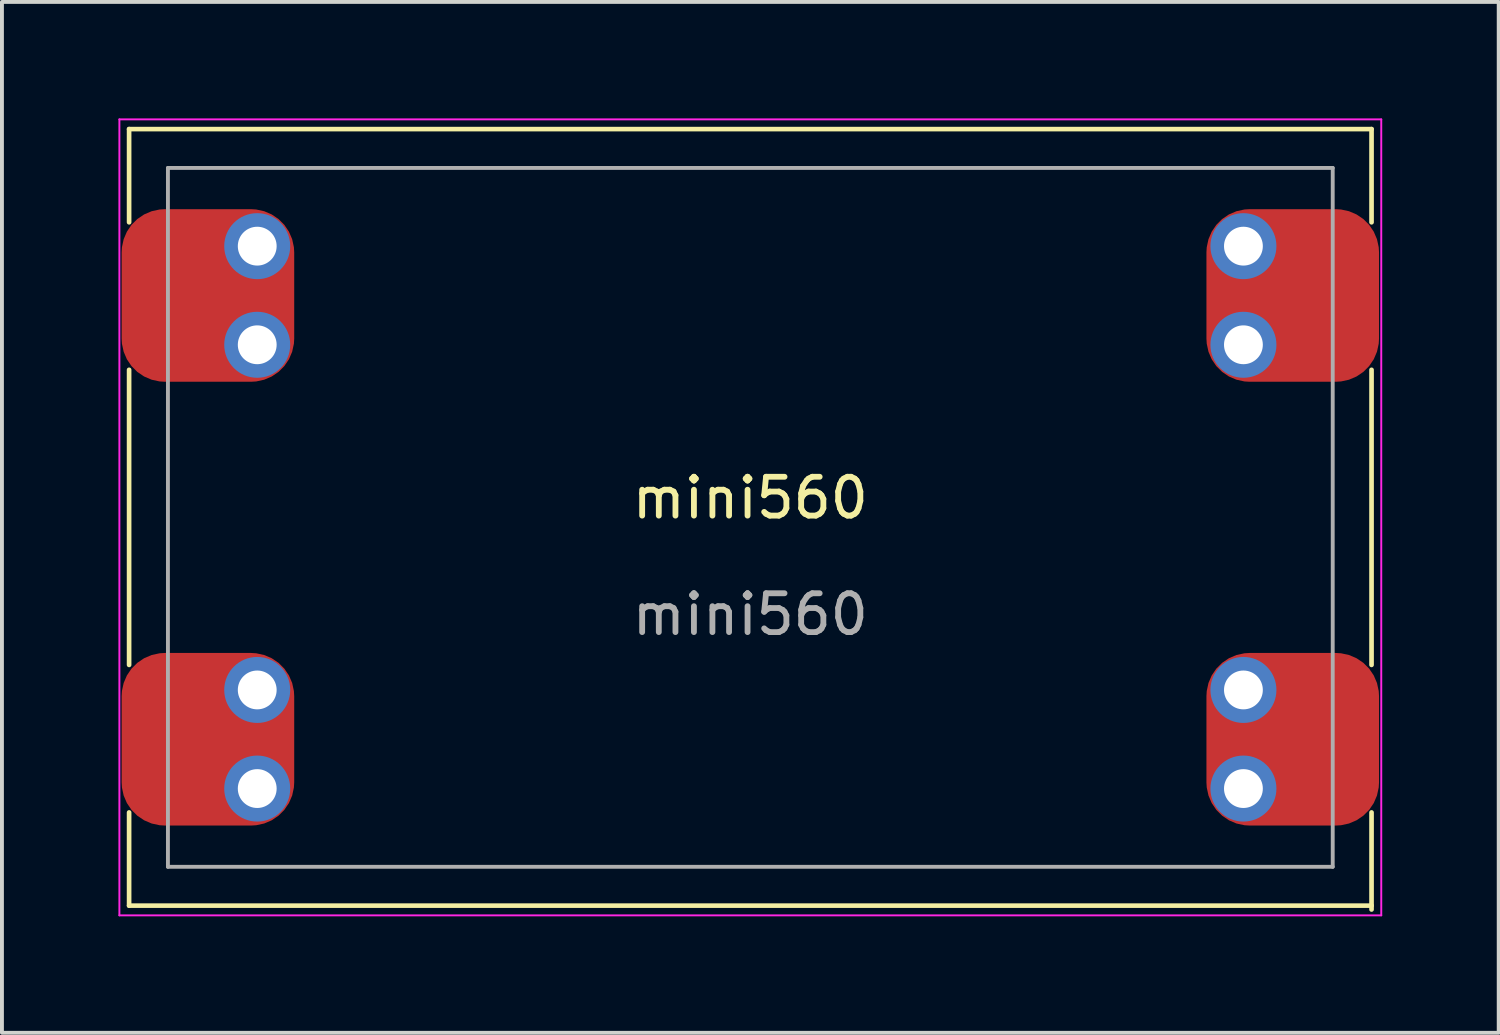
<source format=kicad_pcb>
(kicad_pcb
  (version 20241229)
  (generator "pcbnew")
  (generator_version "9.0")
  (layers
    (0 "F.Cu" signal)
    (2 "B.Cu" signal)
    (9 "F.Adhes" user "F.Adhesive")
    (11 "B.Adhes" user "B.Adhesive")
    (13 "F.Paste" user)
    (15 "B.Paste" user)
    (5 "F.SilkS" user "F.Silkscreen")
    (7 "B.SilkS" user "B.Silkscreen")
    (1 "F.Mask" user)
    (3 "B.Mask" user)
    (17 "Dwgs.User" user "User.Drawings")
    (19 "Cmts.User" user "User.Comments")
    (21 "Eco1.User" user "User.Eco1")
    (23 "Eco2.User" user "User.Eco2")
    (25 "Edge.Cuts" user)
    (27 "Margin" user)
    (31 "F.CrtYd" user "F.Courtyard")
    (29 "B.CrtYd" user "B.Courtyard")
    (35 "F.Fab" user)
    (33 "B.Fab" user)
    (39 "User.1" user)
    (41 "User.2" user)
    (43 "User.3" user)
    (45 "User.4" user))
  (footprint "mini560"
    (layer "F.Cu")
    (at 16.275 10.275)
    (property "Reference" "mini560" (at 0 -0.5 0) (unlocked yes) (layer "F.SilkS") (effects (font (size 1 1) (thickness 0.15))))
    (attr through_hole)
    (fp_line (start -16 -10) (end 16 -10) (stroke (width 0.12) (type default)) (layer "F.SilkS"))
    (fp_line (start -16 -7.6) (end -16 -10) (stroke (width 0.12) (type default)) (layer "F.SilkS"))
    (fp_line (start -16 3.8) (end -16 -3.8) (stroke (width 0.12) (type default)) (layer "F.SilkS"))
    (fp_line (start -16 10) (end -16 7.6) (stroke (width 0.12) (type default)) (layer "F.SilkS"))
    (fp_line (start 16 -10) (end 16 -7.6) (stroke (width 0.12) (type default)) (layer "F.SilkS"))
    (fp_line (start 16 -3.8) (end 16 3.8) (stroke (width 0.12) (type default)) (layer "F.SilkS"))
    (fp_line (start 16 7.6) (end 16 10.1) (stroke (width 0.12) (type default)) (layer "F.SilkS"))
    (fp_line (start 16 10) (end -16 10) (stroke (width 0.12) (type default)) (layer "F.SilkS"))
    (fp_line (start -16.25 -10.25) (end 16.25 -10.25) (stroke (width 0.05) (type default)) (layer "F.CrtYd"))
    (fp_line (start -16.25 10.25) (end -16.25 -10.25) (stroke (width 0.05) (type default)) (layer "F.CrtYd"))
    (fp_line (start 16.25 -10.25) (end 16.25 10.25) (stroke (width 0.05) (type default)) (layer "F.CrtYd"))
    (fp_line (start 16.25 10.25) (end -16.25 10.25) (stroke (width 0.05) (type default)) (layer "F.CrtYd"))
    (fp_line (start -15 -9) (end 15 -9) (stroke (width 0.1) (type default)) (layer "F.Fab"))
    (fp_line (start -15 9) (end -15 -9) (stroke (width 0.1) (type default)) (layer "F.Fab"))
    (fp_line (start 15 -9) (end 15 9) (stroke (width 0.1) (type default)) (layer "F.Fab"))
    (fp_line (start 15 9) (end -15 9) (stroke (width 0.1) (type default)) (layer "F.Fab"))
    (fp_text user "${REFERENCE}" (at 0 2.5 0) (unlocked yes) (layer "F.Fab") (effects (font (size 1 1) (thickness 0.15))))
    (pad "1" smd roundrect (at -13.97 -5.715) (size 4.445 4.445) (layers "F.Cu" "F.Mask" "F.Paste") (roundrect_rratio 0.25))
    (pad "1" thru_hole circle (at -12.7 -6.985) (size 1.7 1.7) (drill 1) (layers "*.Cu" "*.Mask"))
    (pad "1" thru_hole circle (at -12.7 -4.445) (size 1.7 1.7) (drill 1) (layers "*.Cu" "*.Mask"))
    (pad "2" smd roundrect (at -13.97 5.715) (size 4.445 4.445) (layers "F.Cu" "F.Mask" "F.Paste") (roundrect_rratio 0.25))
    (pad "2" thru_hole circle (at -12.7 4.445) (size 1.7 1.7) (drill 1) (layers "*.Cu" "*.Mask"))
    (pad "2" thru_hole circle (at -12.7 6.985) (size 1.7 1.7) (drill 1) (layers "*.Cu" "*.Mask"))
    (pad "3" thru_hole circle (at 12.7 -6.985) (size 1.7 1.7) (drill 1) (layers "*.Cu" "*.Mask"))
    (pad "3" thru_hole circle (at 12.7 -4.445) (size 1.7 1.7) (drill 1) (layers "*.Cu" "*.Mask"))
    (pad "3" smd roundrect (at 13.97 -5.715) (size 4.445 4.445) (layers "F.Cu" "F.Mask" "F.Paste") (roundrect_rratio 0.25))
    (pad "4" thru_hole circle (at 12.7 4.445) (size 1.7 1.7) (drill 1) (layers "*.Cu" "*.Mask"))
    (pad "4" thru_hole circle (at 12.7 6.985) (size 1.7 1.7) (drill 1) (layers "*.Cu" "*.Mask"))
    (pad "4" smd roundrect (at 13.97 5.715) (size 4.445 4.445) (layers "F.Cu" "F.Mask" "F.Paste") (roundrect_rratio 0.25)))
  (gr_rect
    (start -3 -3)
    (end 35.55 23.55)
    (stroke (width 0.1) (type default))
    (fill no)
    (layer "Edge.Cuts")))
</source>
